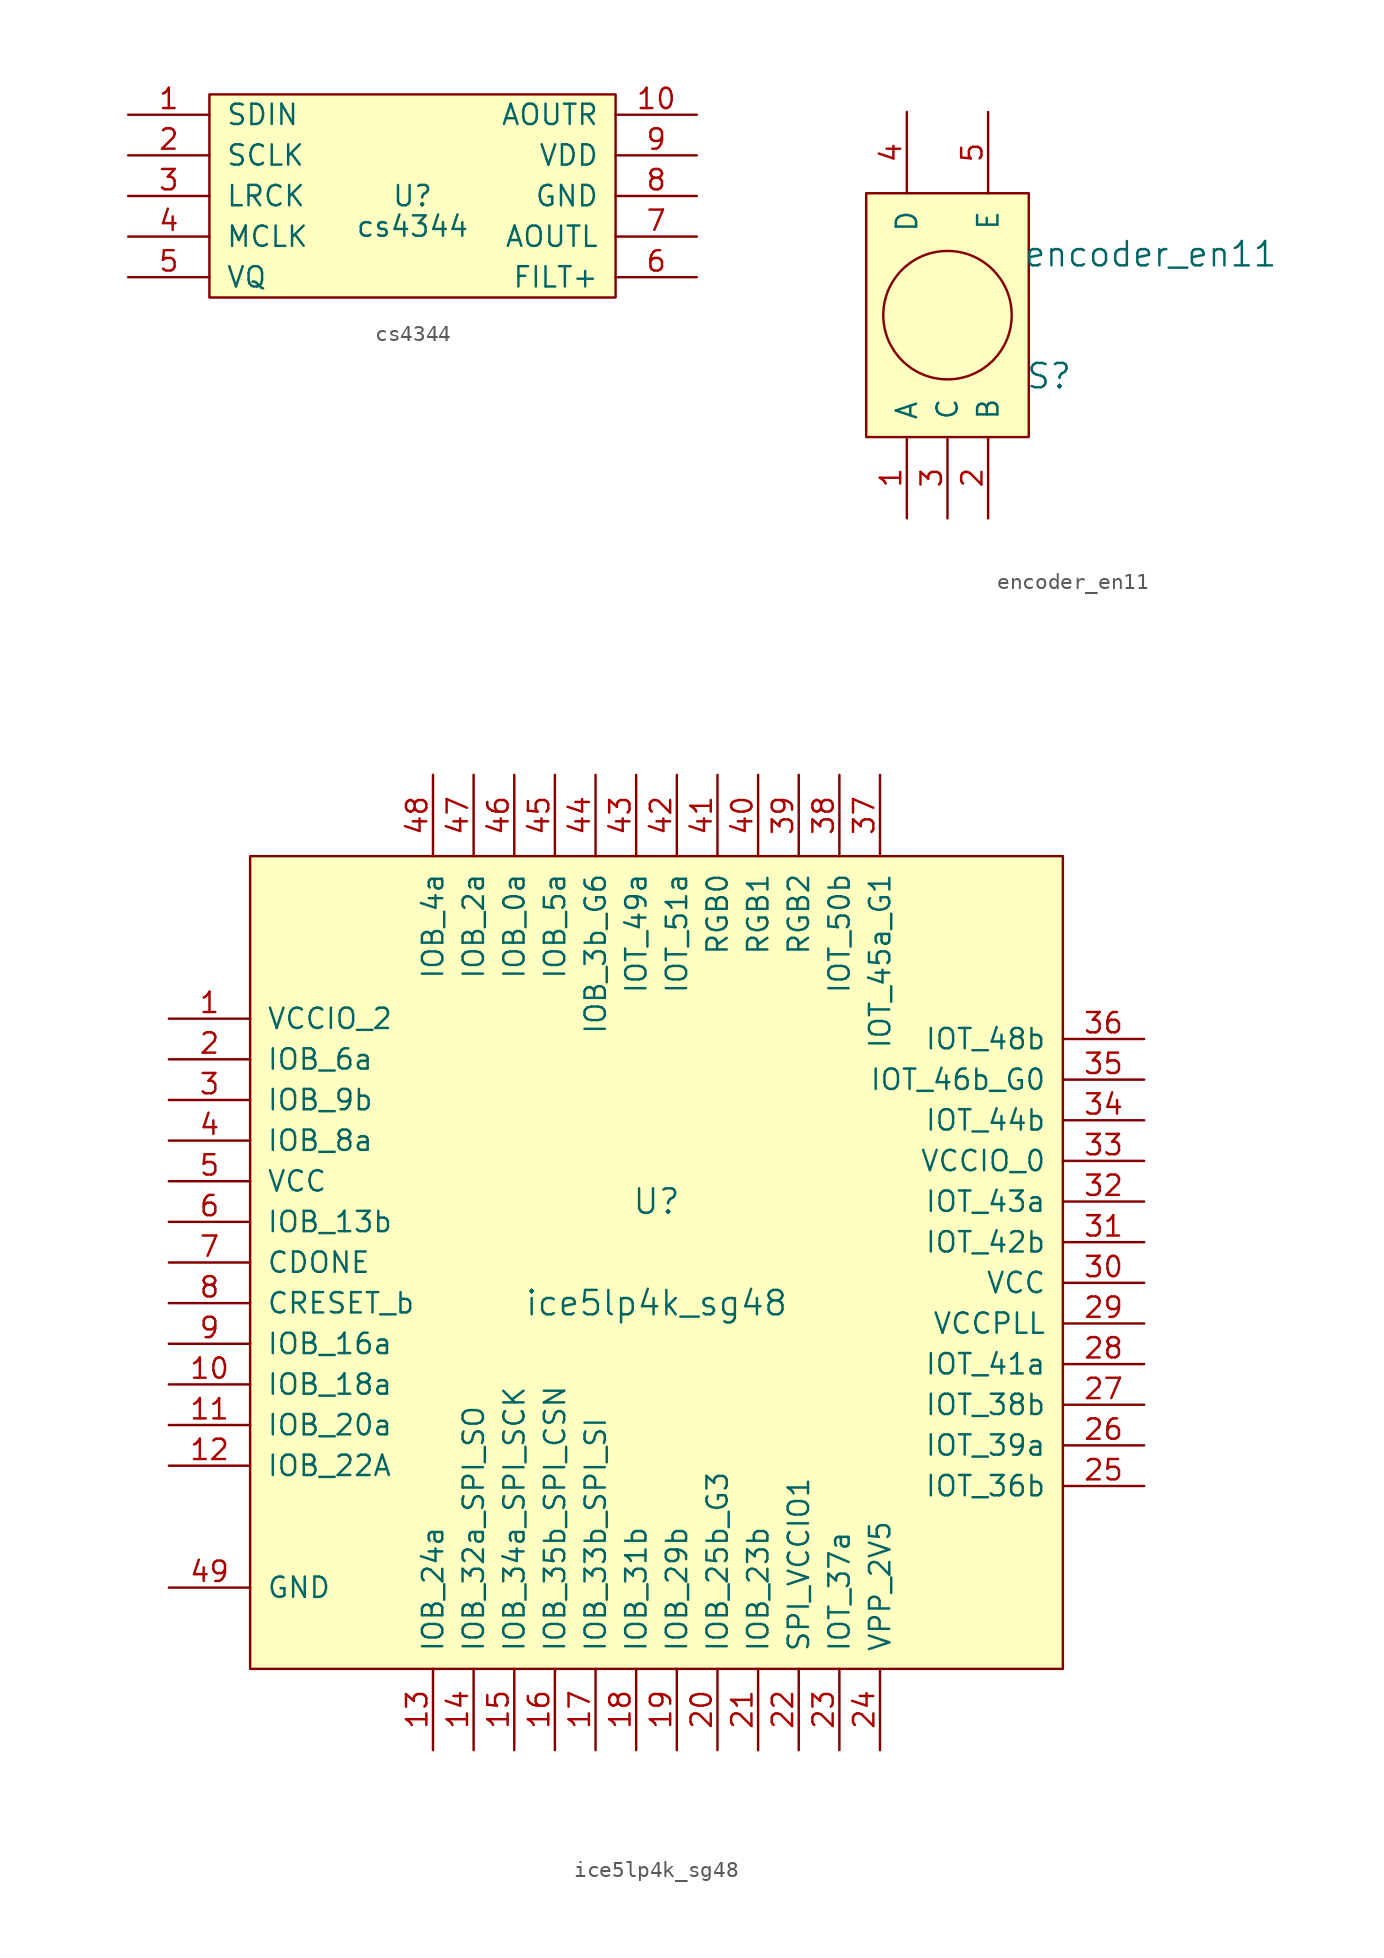
<source format=kicad_sym>
(kicad_symbol_lib
  (version 20211014)
  (generator kicad_symbol_editor)
  (symbol "cs4344"
    (pin_names
      (offset 1.016))
    (property "Reference" "U"
      (at 0 0 0)
      (effects (font (size 1.27 1.27))))
    (property "Value" "cs4344"
      (at 0 -1.905 0)
      (effects (font (size 1.27 1.27))))
    (symbol "cs4344_0_1"
      (rectangle (start -12.7 6.35) (end 12.7 -6.35) (stroke (width 0) (type default) (color 0 0 0 0)) (fill (type background))))
    (symbol "cs4344_1_1"
      (pin input line (at -17.78 5.08 0) (length 5.08) (name "SDIN" (effects (font (size 1.27 1.27)))) (number "1" (effects (font (size 1.27 1.27)))))
      (pin output line (at 17.78 5.08 180) (length 5.08) (name "AOUTR" (effects (font (size 1.27 1.27)))) (number "10" (effects (font (size 1.27 1.27)))))
      (pin input line (at -17.78 2.54 0) (length 5.08) (name "SCLK" (effects (font (size 1.27 1.27)))) (number "2" (effects (font (size 1.27 1.27)))))
      (pin input line (at -17.78 0 0) (length 5.08) (name "LRCK" (effects (font (size 1.27 1.27)))) (number "3" (effects (font (size 1.27 1.27)))))
      (pin input line (at -17.78 -2.54 0) (length 5.08) (name "MCLK" (effects (font (size 1.27 1.27)))) (number "4" (effects (font (size 1.27 1.27)))))
      (pin passive line (at -17.78 -5.08 0) (length 5.08) (name "VQ" (effects (font (size 1.27 1.27)))) (number "5" (effects (font (size 1.27 1.27)))))
      (pin passive line (at 17.78 -5.08 180) (length 5.08) (name "FILT+" (effects (font (size 1.27 1.27)))) (number "6" (effects (font (size 1.27 1.27)))))
      (pin output line (at 17.78 -2.54 180) (length 5.08) (name "AOUTL" (effects (font (size 1.27 1.27)))) (number "7" (effects (font (size 1.27 1.27)))))
      (pin power_in line (at 17.78 0 180) (length 5.08) (name "GND" (effects (font (size 1.27 1.27)))) (number "8" (effects (font (size 1.27 1.27)))))
      (pin power_in line (at 17.78 2.54 180) (length 5.08) (name "VDD" (effects (font (size 1.27 1.27)))) (number "9" (effects (font (size 1.27 1.27)))))))
  (symbol "encoder_en11"
    (pin_names
      (offset 1.016))
    (property "Reference" "S"
      (at 6.35 -3.81 0)
      (effects (font (size 1.524 1.524))))
    (property "Value" "encoder_en11"
      (at 12.7 3.81 0)
      (effects (font (size 1.524 1.524))))
    (property "Footprint" ""
      (at 0 -7.62 0)
      (effects (font (size 1.524 1.524))))
    (property "Datasheet" ""
      (at 0 -7.62 0)
      (effects (font (size 1.524 1.524))))
    (symbol "encoder_en11_0_1"
      (rectangle (start -5.08 7.62) (end 5.08 -7.62) (stroke (width 0) (type default) (color 0 0 0 0)) (fill (type background)))
      (circle (center 0 0) (radius 4.013) (stroke (width 0) (type default) (color 0 0 0 0)) (fill (type none))))
    (symbol "encoder_en11_1_1"
      (pin input line (at -2.54 -12.7 90) (length 5.08) (name "A" (effects (font (size 1.27 1.27)))) (number "1" (effects (font (size 1.27 1.27)))))
      (pin input line (at 2.54 -12.7 90) (length 5.08) (name "B" (effects (font (size 1.27 1.27)))) (number "2" (effects (font (size 1.27 1.27)))))
      (pin input line (at 0 -12.7 90) (length 5.08) (name "C" (effects (font (size 1.27 1.27)))) (number "3" (effects (font (size 1.27 1.27)))))
      (pin input line (at -2.54 12.7 270) (length 5.08) (name "D" (effects (font (size 1.27 1.27)))) (number "4" (effects (font (size 1.27 1.27)))))
      (pin input line (at 2.54 12.7 270) (length 5.08) (name "E" (effects (font (size 1.27 1.27)))) (number "5" (effects (font (size 1.27 1.27)))))))
  (symbol "ice5lp4k_sg48"
    (pin_names
      (offset 1.016))
    (property "Reference" "U"
      (at 0 3.81 0)
      (effects (font (size 1.524 1.524))))
    (property "Value" "ice5lp4k_sg48"
      (at 0 -2.54 0)
      (effects (font (size 1.524 1.524))))
    (property "Footprint" ""
      (at 0 0 0)
      (effects (font (size 1.524 1.524))))
    (property "Datasheet" ""
      (at 0 0 0)
      (effects (font (size 1.524 1.524))))
    (symbol "ice5lp4k_sg48_0_1"
      (rectangle (start -25.4 25.4) (end 25.4 -25.4) (stroke (width 0) (type default) (color 0 0 0 0)) (fill (type background))))
    (symbol "ice5lp4k_sg48_1_1"
      (pin power_in line (at -30.48 15.24 0) (length 5.08) (name "VCCIO_2" (effects (font (size 1.27 1.27)))) (number "1" (effects (font (size 1.27 1.27)))))
      (pin bidirectional line (at -30.48 -7.62 0) (length 5.08) (name "IOB_18a" (effects (font (size 1.27 1.27)))) (number "10" (effects (font (size 1.27 1.27)))))
      (pin bidirectional line (at -30.48 -10.16 0) (length 5.08) (name "IOB_20a" (effects (font (size 1.27 1.27)))) (number "11" (effects (font (size 1.27 1.27)))))
      (pin bidirectional line (at -30.48 -12.7 0) (length 5.08) (name "IOB_22A" (effects (font (size 1.27 1.27)))) (number "12" (effects (font (size 1.27 1.27)))))
      (pin bidirectional line (at -13.97 -30.48 90) (length 5.08) (name "IOB_24a" (effects (font (size 1.27 1.27)))) (number "13" (effects (font (size 1.27 1.27)))))
      (pin bidirectional line (at -11.43 -30.48 90) (length 5.08) (name "IOB_32a_SPI_SO" (effects (font (size 1.27 1.27)))) (number "14" (effects (font (size 1.27 1.27)))))
      (pin bidirectional line (at -8.89 -30.48 90) (length 5.08) (name "IOB_34a_SPI_SCK" (effects (font (size 1.27 1.27)))) (number "15" (effects (font (size 1.27 1.27)))))
      (pin bidirectional line (at -6.35 -30.48 90) (length 5.08) (name "IOB_35b_SPI_CSN" (effects (font (size 1.27 1.27)))) (number "16" (effects (font (size 1.27 1.27)))))
      (pin bidirectional line (at -3.81 -30.48 90) (length 5.08) (name "IOB_33b_SPI_SI" (effects (font (size 1.27 1.27)))) (number "17" (effects (font (size 1.27 1.27)))))
      (pin bidirectional line (at -1.27 -30.48 90) (length 5.08) (name "IOB_31b" (effects (font (size 1.27 1.27)))) (number "18" (effects (font (size 1.27 1.27)))))
      (pin bidirectional line (at 1.27 -30.48 90) (length 5.08) (name "IOB_29b" (effects (font (size 1.27 1.27)))) (number "19" (effects (font (size 1.27 1.27)))))
      (pin bidirectional line (at -30.48 12.7 0) (length 5.08) (name "IOB_6a" (effects (font (size 1.27 1.27)))) (number "2" (effects (font (size 1.27 1.27)))))
      (pin bidirectional line (at 3.81 -30.48 90) (length 5.08) (name "IOB_25b_G3" (effects (font (size 1.27 1.27)))) (number "20" (effects (font (size 1.27 1.27)))))
      (pin bidirectional line (at 6.35 -30.48 90) (length 5.08) (name "IOB_23b" (effects (font (size 1.27 1.27)))) (number "21" (effects (font (size 1.27 1.27)))))
      (pin power_in line (at 8.89 -30.48 90) (length 5.08) (name "SPI_VCCIO1" (effects (font (size 1.27 1.27)))) (number "22" (effects (font (size 1.27 1.27)))))
      (pin bidirectional line (at 11.43 -30.48 90) (length 5.08) (name "IOT_37a" (effects (font (size 1.27 1.27)))) (number "23" (effects (font (size 1.27 1.27)))))
      (pin power_in line (at 13.97 -30.48 90) (length 5.08) (name "VPP_2V5" (effects (font (size 1.27 1.27)))) (number "24" (effects (font (size 1.27 1.27)))))
      (pin bidirectional line (at 30.48 -13.97 180) (length 5.08) (name "IOT_36b" (effects (font (size 1.27 1.27)))) (number "25" (effects (font (size 1.27 1.27)))))
      (pin bidirectional line (at 30.48 -11.43 180) (length 5.08) (name "IOT_39a" (effects (font (size 1.27 1.27)))) (number "26" (effects (font (size 1.27 1.27)))))
      (pin bidirectional line (at 30.48 -8.89 180) (length 5.08) (name "IOT_38b" (effects (font (size 1.27 1.27)))) (number "27" (effects (font (size 1.27 1.27)))))
      (pin bidirectional line (at 30.48 -6.35 180) (length 5.08) (name "IOT_41a" (effects (font (size 1.27 1.27)))) (number "28" (effects (font (size 1.27 1.27)))))
      (pin power_in line (at 30.48 -3.81 180) (length 5.08) (name "VCCPLL" (effects (font (size 1.27 1.27)))) (number "29" (effects (font (size 1.27 1.27)))))
      (pin bidirectional line (at -30.48 10.16 0) (length 5.08) (name "IOB_9b" (effects (font (size 1.27 1.27)))) (number "3" (effects (font (size 1.27 1.27)))))
      (pin power_in line (at 30.48 -1.27 180) (length 5.08) (name "VCC" (effects (font (size 1.27 1.27)))) (number "30" (effects (font (size 1.27 1.27)))))
      (pin bidirectional line (at 30.48 1.27 180) (length 5.08) (name "IOT_42b" (effects (font (size 1.27 1.27)))) (number "31" (effects (font (size 1.27 1.27)))))
      (pin bidirectional line (at 30.48 3.81 180) (length 5.08) (name "IOT_43a" (effects (font (size 1.27 1.27)))) (number "32" (effects (font (size 1.27 1.27)))))
      (pin power_in line (at 30.48 6.35 180) (length 5.08) (name "VCCIO_0" (effects (font (size 1.27 1.27)))) (number "33" (effects (font (size 1.27 1.27)))))
      (pin bidirectional line (at 30.48 8.89 180) (length 5.08) (name "IOT_44b" (effects (font (size 1.27 1.27)))) (number "34" (effects (font (size 1.27 1.27)))))
      (pin bidirectional line (at 30.48 11.43 180) (length 5.08) (name "IOT_46b_G0" (effects (font (size 1.27 1.27)))) (number "35" (effects (font (size 1.27 1.27)))))
      (pin bidirectional line (at 30.48 13.97 180) (length 5.08) (name "IOT_48b" (effects (font (size 1.27 1.27)))) (number "36" (effects (font (size 1.27 1.27)))))
      (pin bidirectional line (at 13.97 30.48 270) (length 5.08) (name "IOT_45a_G1" (effects (font (size 1.27 1.27)))) (number "37" (effects (font (size 1.27 1.27)))))
      (pin bidirectional line (at 11.43 30.48 270) (length 5.08) (name "IOT_50b" (effects (font (size 1.27 1.27)))) (number "38" (effects (font (size 1.27 1.27)))))
      (pin bidirectional line (at 8.89 30.48 270) (length 5.08) (name "RGB2" (effects (font (size 1.27 1.27)))) (number "39" (effects (font (size 1.27 1.27)))))
      (pin bidirectional line (at -30.48 7.62 0) (length 5.08) (name "IOB_8a" (effects (font (size 1.27 1.27)))) (number "4" (effects (font (size 1.27 1.27)))))
      (pin bidirectional line (at 6.35 30.48 270) (length 5.08) (name "RGB1" (effects (font (size 1.27 1.27)))) (number "40" (effects (font (size 1.27 1.27)))))
      (pin bidirectional line (at 3.81 30.48 270) (length 5.08) (name "RGB0" (effects (font (size 1.27 1.27)))) (number "41" (effects (font (size 1.27 1.27)))))
      (pin bidirectional line (at 1.27 30.48 270) (length 5.08) (name "IOT_51a" (effects (font (size 1.27 1.27)))) (number "42" (effects (font (size 1.27 1.27)))))
      (pin bidirectional line (at -1.27 30.48 270) (length 5.08) (name "IOT_49a" (effects (font (size 1.27 1.27)))) (number "43" (effects (font (size 1.27 1.27)))))
      (pin bidirectional line (at -3.81 30.48 270) (length 5.08) (name "IOB_3b_G6" (effects (font (size 1.27 1.27)))) (number "44" (effects (font (size 1.27 1.27)))))
      (pin bidirectional line (at -6.35 30.48 270) (length 5.08) (name "IOB_5a" (effects (font (size 1.27 1.27)))) (number "45" (effects (font (size 1.27 1.27)))))
      (pin bidirectional line (at -8.89 30.48 270) (length 5.08) (name "IOB_0a" (effects (font (size 1.27 1.27)))) (number "46" (effects (font (size 1.27 1.27)))))
      (pin bidirectional line (at -11.43 30.48 270) (length 5.08) (name "IOB_2a" (effects (font (size 1.27 1.27)))) (number "47" (effects (font (size 1.27 1.27)))))
      (pin bidirectional line (at -13.97 30.48 270) (length 5.08) (name "IOB_4a" (effects (font (size 1.27 1.27)))) (number "48" (effects (font (size 1.27 1.27)))))
      (pin power_in line (at -30.48 -20.32 0) (length 5.08) (name "GND" (effects (font (size 1.27 1.27)))) (number "49" (effects (font (size 1.27 1.27)))))
      (pin power_in line (at -30.48 5.08 0) (length 5.08) (name "VCC" (effects (font (size 1.27 1.27)))) (number "5" (effects (font (size 1.27 1.27)))))
      (pin bidirectional line (at -30.48 2.54 0) (length 5.08) (name "IOB_13b" (effects (font (size 1.27 1.27)))) (number "6" (effects (font (size 1.27 1.27)))))
      (pin bidirectional line (at -30.48 0 0) (length 5.08) (name "CDONE" (effects (font (size 1.27 1.27)))) (number "7" (effects (font (size 1.27 1.27)))))
      (pin input line (at -30.48 -2.54 0) (length 5.08) (name "CRESET_b" (effects (font (size 1.27 1.27)))) (number "8" (effects (font (size 1.27 1.27)))))
      (pin bidirectional line (at -30.48 -5.08 0) (length 5.08) (name "IOB_16a" (effects (font (size 1.27 1.27)))) (number "9" (effects (font (size 1.27 1.27))))))))
</source>
